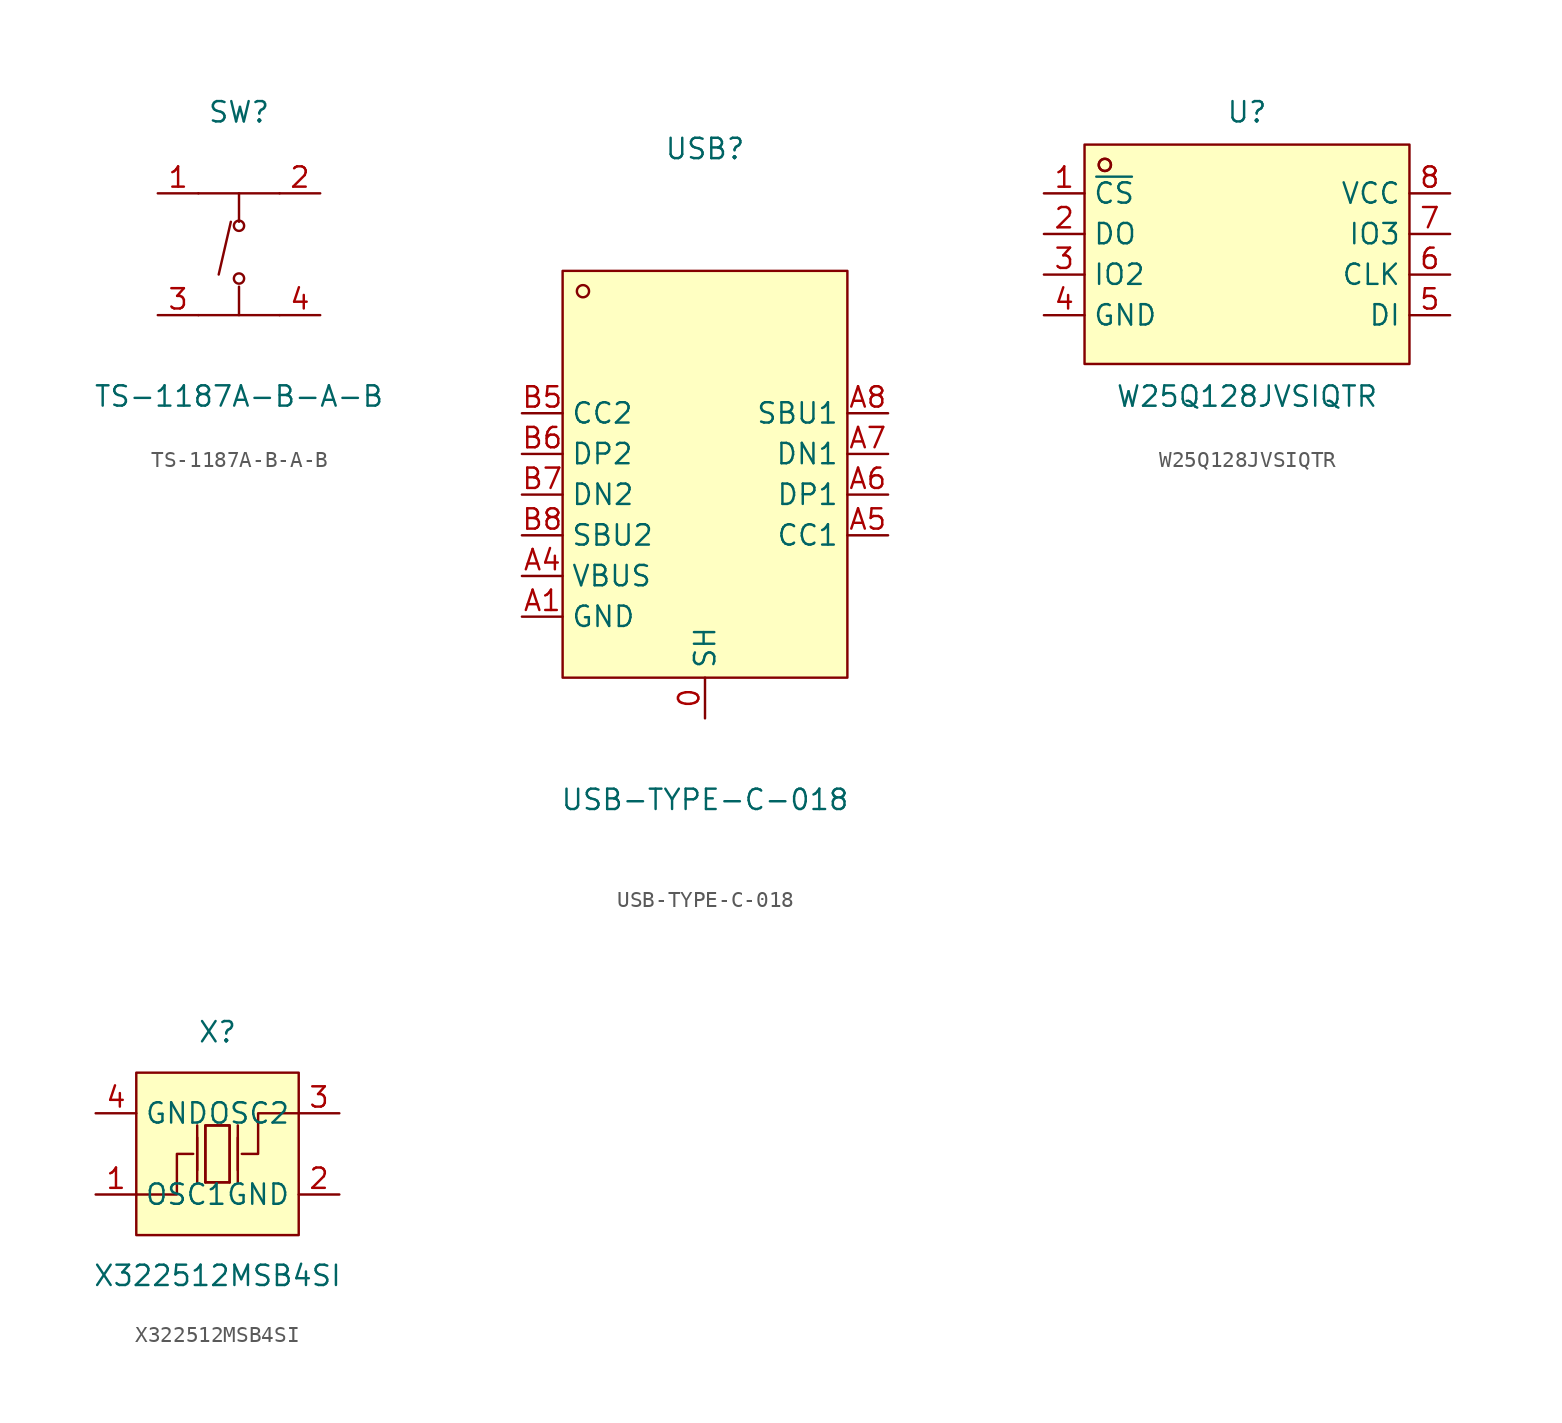
<source format=kicad_sym>
(kicad_symbol_lib
  (version 20220914)
  (generator kicad_symbol_editor)
  (symbol "TS-1187A-B-A-B"
    (property "Reference" "SW"
      (at 0 7.62 0)
      (effects (font (size 1.27 1.27))))
    (property "Value" "TS-1187A-B-A-B"
      (at 0 -10.16 0)
      (effects (font (size 1.27 1.27))))
    (symbol "TS-1187A-B-A-B_0_1"
      (circle (center 0 -2.79) (radius 0.32) (stroke (width 0) (type default)) (fill (type none)))
      (polyline (pts (xy -2.54 -5.08) (xy 2.54 -5.08)) (stroke (width 0) (type default)) (fill (type none)))
      (polyline (pts (xy -2.54 2.54) (xy 2.54 2.54)) (stroke (width 0) (type default)) (fill (type none)))
      (polyline (pts (xy -0.51 0.76) (xy -1.27 -2.54)) (stroke (width 0) (type default)) (fill (type none)))
      (polyline (pts (xy 0 -3.3) (xy 0 -5.08)) (stroke (width 0) (type default)) (fill (type none)))
      (polyline (pts (xy 0 0.76) (xy 0 2.54)) (stroke (width 0) (type default)) (fill (type none)))
      (circle (center 0 0.51) (radius 0.32) (stroke (width 0) (type default)) (fill (type none)))
      (pin passive line (at -5.08 2.54 0) (length 2.54) (name "" (effects (font (size 1.27 1.27)))) (number "1" (effects (font (size 1.27 1.27)))))
      (pin passive line (at 5.08 2.54 180) (length 2.54) (name "" (effects (font (size 1.27 1.27)))) (number "2" (effects (font (size 1.27 1.27)))))
      (pin passive line (at -5.08 -5.08 0) (length 2.54) (name "" (effects (font (size 1.27 1.27)))) (number "3" (effects (font (size 1.27 1.27)))))
      (pin passive line (at 5.08 -5.08 180) (length 2.54) (name "" (effects (font (size 1.27 1.27)))) (number "4" (effects (font (size 1.27 1.27)))))))
  (symbol "USB-TYPE-C-018"
    (property "Reference" "USB"
      (at 0 20.32 0)
      (effects (font (size 1.27 1.27))))
    (property "Value" "USB-TYPE-C-018"
      (at 0 -20.32 0)
      (effects (font (size 1.27 1.27))))
    (symbol "USB-TYPE-C-018_0_1"
      (rectangle (start -8.89 12.7) (end 8.89 -12.7) (stroke (width 0) (type default)) (fill (type background)))
      (circle (center -7.62 11.43) (radius 0.38) (stroke (width 0) (type default)) (fill (type none)))
      (pin passive line (at 0 -15.24 90) (length 2.54) (name "SH" (effects (font (size 1.27 1.27)))) (number "0" (effects (font (size 1.27 1.27)))))
      (pin passive line (at 0 -15.24 90) (length 2.54) hide (name "SH" (effects (font (size 1.27 1.27)))) (number "1" (effects (font (size 1.27 1.27)))))
      (pin passive line (at 0 -15.24 90) (length 2.54) hide (name "SH" (effects (font (size 1.27 1.27)))) (number "2" (effects (font (size 1.27 1.27)))))
      (pin passive line (at 0 -15.24 90) (length 2.54) hide (name "SH" (effects (font (size 1.27 1.27)))) (number "3" (effects (font (size 1.27 1.27)))))
      (pin power_out line (at -11.43 -8.89 0) (length 2.54) (name "GND" (effects (font (size 1.27 1.27)))) (number "A1" (effects (font (size 1.27 1.27)))))
      (pin passive line (at -11.43 -8.89 0) (length 2.54) hide (name "GND" (effects (font (size 1.27 1.27)))) (number "A12" (effects (font (size 1.27 1.27)))))
      (pin power_out line (at -11.43 -6.35 0) (length 2.54) (name "VBUS" (effects (font (size 1.27 1.27)))) (number "A4" (effects (font (size 1.27 1.27)))))
      (pin bidirectional line (at 11.43 -3.81 180) (length 2.54) (name "CC1" (effects (font (size 1.27 1.27)))) (number "A5" (effects (font (size 1.27 1.27)))))
      (pin bidirectional line (at 11.43 -1.27 180) (length 2.54) (name "DP1" (effects (font (size 1.27 1.27)))) (number "A6" (effects (font (size 1.27 1.27)))))
      (pin bidirectional line (at 11.43 1.27 180) (length 2.54) (name "DN1" (effects (font (size 1.27 1.27)))) (number "A7" (effects (font (size 1.27 1.27)))))
      (pin bidirectional line (at 11.43 3.81 180) (length 2.54) (name "SBU1" (effects (font (size 1.27 1.27)))) (number "A8" (effects (font (size 1.27 1.27)))))
      (pin passive line (at -11.43 -6.35 0) (length 2.54) hide (name "VBUS" (effects (font (size 1.27 1.27)))) (number "A9" (effects (font (size 1.27 1.27)))))
      (pin passive line (at -11.43 -8.89 0) (length 2.54) hide (name "GND" (effects (font (size 1.27 1.27)))) (number "B1" (effects (font (size 1.27 1.27)))))
      (pin passive line (at -11.43 -8.89 0) (length 2.54) hide (name "GND" (effects (font (size 1.27 1.27)))) (number "B12" (effects (font (size 1.27 1.27)))))
      (pin passive line (at -11.43 -6.35 0) (length 2.54) hide (name "VBUS" (effects (font (size 1.27 1.27)))) (number "B4" (effects (font (size 1.27 1.27)))))
      (pin bidirectional line (at -11.43 3.81 0) (length 2.54) (name "CC2" (effects (font (size 1.27 1.27)))) (number "B5" (effects (font (size 1.27 1.27)))))
      (pin bidirectional line (at -11.43 1.27 0) (length 2.54) (name "DP2" (effects (font (size 1.27 1.27)))) (number "B6" (effects (font (size 1.27 1.27)))))
      (pin bidirectional line (at -11.43 -1.27 0) (length 2.54) (name "DN2" (effects (font (size 1.27 1.27)))) (number "B7" (effects (font (size 1.27 1.27)))))
      (pin bidirectional line (at -11.43 -3.81 0) (length 2.54) (name "SBU2" (effects (font (size 1.27 1.27)))) (number "B8" (effects (font (size 1.27 1.27)))))
      (pin passive line (at -11.43 -6.35 0) (length 2.54) hide (name "VBUS" (effects (font (size 1.27 1.27)))) (number "B9" (effects (font (size 1.27 1.27)))))))
  (symbol "W25Q128JVSIQTR"
    (property "Reference" "U"
      (at 0 8.89 0)
      (effects (font (size 1.27 1.27))))
    (property "Value" "W25Q128JVSIQTR"
      (at 0 -8.89 0)
      (effects (font (size 1.27 1.27))))
    (symbol "W25Q128JVSIQTR_0_1"
      (rectangle (start -10.16 6.86) (end 10.16 -6.86) (stroke (width 0) (type default)) (fill (type background)))
      (circle (center -8.89 5.59) (radius 0.38) (stroke (width 0) (type default)) (fill (type none)))
      (circle (center -8.89 5.59) (radius 0.38) (stroke (width 0) (type default)) (fill (type none)))
      (pin input line (at -12.7 3.81 0) (length 2.54) (name "~{CS}" (effects (font (size 1.27 1.27)))) (number "1" (effects (font (size 1.27 1.27)))))
      (pin output line (at -12.7 1.27 0) (length 2.54) (name "DO" (effects (font (size 1.27 1.27)))) (number "2" (effects (font (size 1.27 1.27)))))
      (pin bidirectional line (at -12.7 -1.27 0) (length 2.54) (name "IO2" (effects (font (size 1.27 1.27)))) (number "3" (effects (font (size 1.27 1.27)))))
      (pin power_in line (at -12.7 -3.81 0) (length 2.54) (name "GND" (effects (font (size 1.27 1.27)))) (number "4" (effects (font (size 1.27 1.27)))))
      (pin input line (at 12.7 -3.81 180) (length 2.54) (name "DI" (effects (font (size 1.27 1.27)))) (number "5" (effects (font (size 1.27 1.27)))))
      (pin input line (at 12.7 -1.27 180) (length 2.54) (name "CLK" (effects (font (size 1.27 1.27)))) (number "6" (effects (font (size 1.27 1.27)))))
      (pin bidirectional line (at 12.7 1.27 180) (length 2.54) (name "IO3" (effects (font (size 1.27 1.27)))) (number "7" (effects (font (size 1.27 1.27)))))
      (pin power_in line (at 12.7 3.81 180) (length 2.54) (name "VCC" (effects (font (size 1.27 1.27)))) (number "8" (effects (font (size 1.27 1.27)))))))
  (symbol "X322512MSB4SI"
    (property "Reference" "X"
      (at 0 7.62 0)
      (effects (font (size 1.27 1.27))))
    (property "Value" "X322512MSB4SI"
      (at 0 -7.62 0)
      (effects (font (size 1.27 1.27))))
    (symbol "X322512MSB4SI_0_1"
      (rectangle (start -5.08 5.08) (end 5.08 -5.08) (stroke (width 0) (type default)) (fill (type background)))
      (polyline (pts (xy -1.27 -1.78) (xy -1.27 1.78)) (stroke (width 0) (type default)) (fill (type none)))
      (polyline (pts (xy -1.27 -1.02) (xy -1.27 1.02)) (stroke (width 0) (type default)) (fill (type none)))
      (polyline (pts (xy 0.76 -1.78) (xy -0.76 -1.78)) (stroke (width 0) (type default)) (fill (type none)))
      (polyline (pts (xy 1.27 -1.78) (xy 1.27 1.78)) (stroke (width 0) (type default)) (fill (type none)))
      (polyline (pts (xy 1.27 -1.02) (xy 1.27 1.02)) (stroke (width 0) (type default)) (fill (type none)))
      (polyline (pts (xy -5.08 -2.54) (xy -2.54 -2.54) (xy -2.54 0) (xy -1.52 0)) (stroke (width 0) (type default)) (fill (type none)))
      (polyline (pts (xy -0.76 -1.78) (xy -0.76 1.78) (xy 0.76 1.78) (xy 0.76 -1.78)) (stroke (width 0) (type default)) (fill (type none)))
      (polyline (pts (xy 5.08 2.54) (xy 2.54 2.54) (xy 2.54 0) (xy 1.52 0)) (stroke (width 0) (type default)) (fill (type none)))
      (polyline (pts (xy 0.76 1.78) (xy 0.76 -1.78) (xy -0.76 -1.78) (xy -0.76 1.78) (xy 0.76 1.78)) (stroke (width 0) (type default)) (fill (type background)))
      (pin passive line (at -7.62 -2.54 0) (length 2.54) (name "OSC1" (effects (font (size 1.27 1.27)))) (number "1" (effects (font (size 1.27 1.27)))))
      (pin power_in line (at 7.62 -2.54 180) (length 2.54) (name "GND" (effects (font (size 1.27 1.27)))) (number "2" (effects (font (size 1.27 1.27)))))
      (pin passive line (at 7.62 2.54 180) (length 2.54) (name "OSC2" (effects (font (size 1.27 1.27)))) (number "3" (effects (font (size 1.27 1.27)))))
      (pin power_in line (at -7.62 2.54 0) (length 2.54) (name "GND" (effects (font (size 1.27 1.27)))) (number "4" (effects (font (size 1.27 1.27))))))))
</source>
